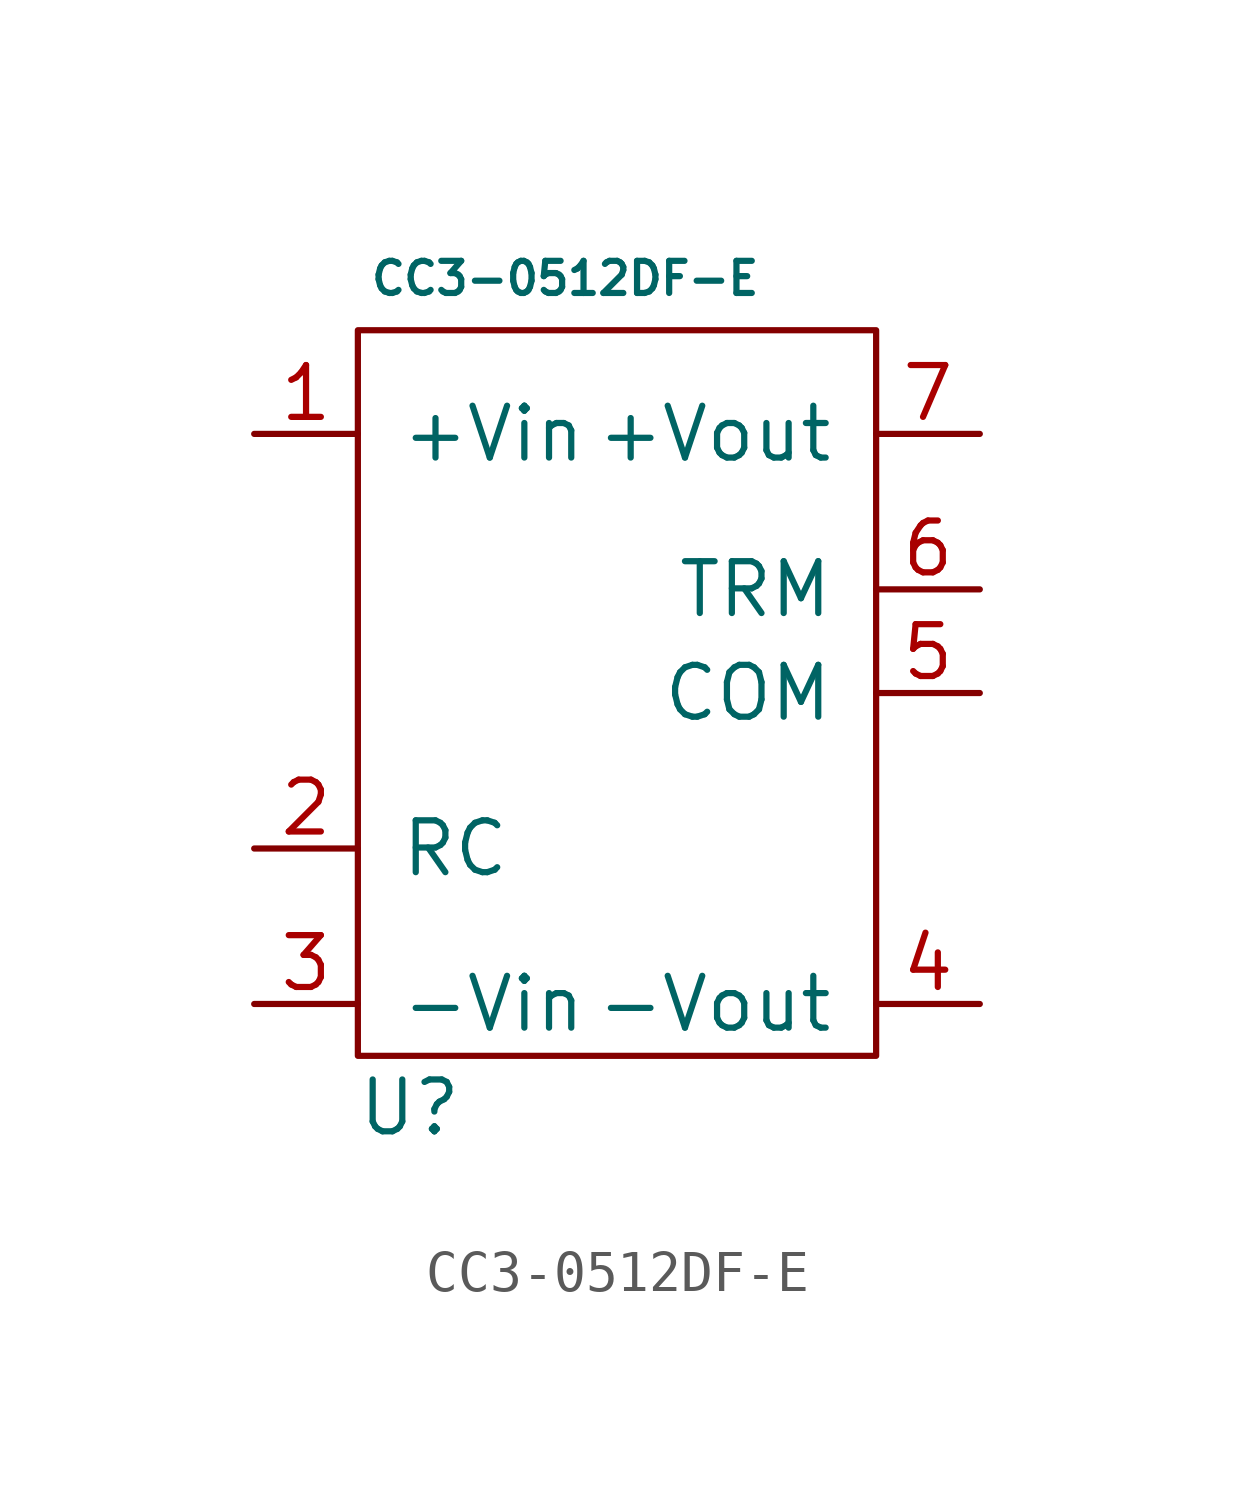
<source format=kicad_sym>
(kicad_symbol_lib
  (version 20211014)
  (generator kicad_symbol_editor)
  (symbol "CC3-0512DF-E"
    (pin_names
      (offset 1.016))
    (property "Reference" "U"
      (at -5.08 -7.62 0)
      (effects (font (size 1.27 1.27))))
    (property "Value" "CC3-0512DF-E"
      (at -1.27 12.7 0)
      (effects (font (size 0.787 0.787))))
    (symbol "CC3-0512DF-E_0_1"
      (rectangle (start -6.35 11.43) (end 6.35 -6.35) (stroke (width 0) (type default) (color 0 0 0 0)) (fill (type none))))
    (symbol "CC3-0512DF-E_1_1"
      (pin power_in line (at -8.89 8.89 0) (length 2.54) (name "+Vin" (effects (font (size 1.27 1.27)))) (number "1" (effects (font (size 1.27 1.27)))))
      (pin input line (at -8.89 -1.27 0) (length 2.54) (name "RC" (effects (font (size 1.27 1.27)))) (number "2" (effects (font (size 1.27 1.27)))))
      (pin power_in line (at -8.89 -5.08 0) (length 2.54) (name "-Vin" (effects (font (size 1.27 1.27)))) (number "3" (effects (font (size 1.27 1.27)))))
      (pin power_out line (at 8.89 -5.08 180) (length 2.54) (name "-Vout" (effects (font (size 1.27 1.27)))) (number "4" (effects (font (size 1.27 1.27)))))
      (pin power_out line (at 8.89 2.54 180) (length 2.54) (name "COM" (effects (font (size 1.27 1.27)))) (number "5" (effects (font (size 1.27 1.27)))))
      (pin input line (at 8.89 5.08 180) (length 2.54) (name "TRM" (effects (font (size 1.27 1.27)))) (number "6" (effects (font (size 1.27 1.27)))))
      (pin power_out line (at 8.89 8.89 180) (length 2.54) (name "+Vout" (effects (font (size 1.27 1.27)))) (number "7" (effects (font (size 1.27 1.27))))))))
</source>
